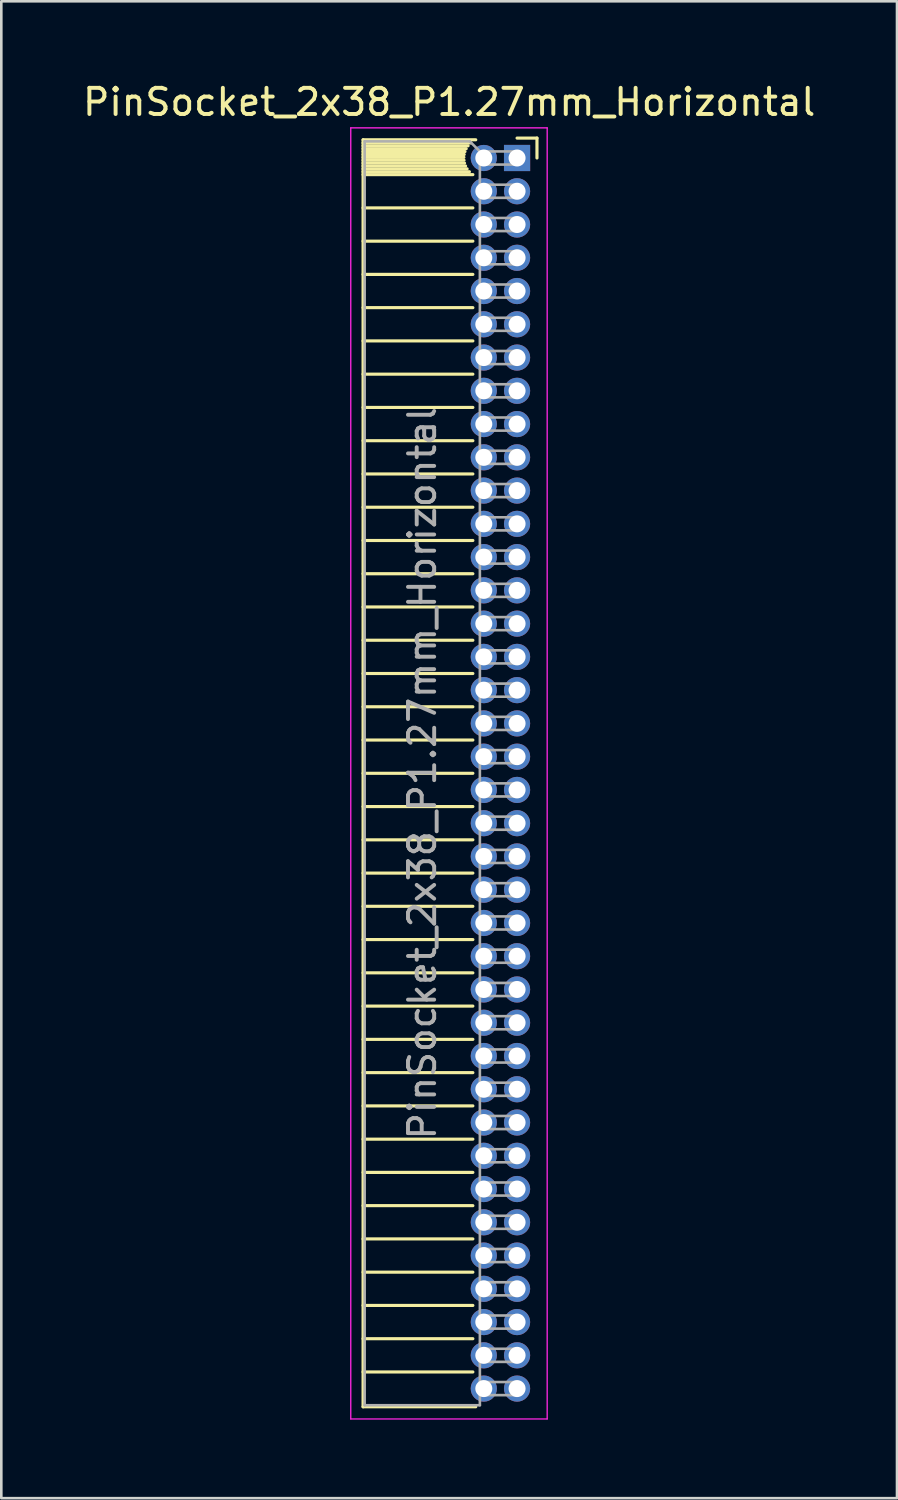
<source format=kicad_pcb>
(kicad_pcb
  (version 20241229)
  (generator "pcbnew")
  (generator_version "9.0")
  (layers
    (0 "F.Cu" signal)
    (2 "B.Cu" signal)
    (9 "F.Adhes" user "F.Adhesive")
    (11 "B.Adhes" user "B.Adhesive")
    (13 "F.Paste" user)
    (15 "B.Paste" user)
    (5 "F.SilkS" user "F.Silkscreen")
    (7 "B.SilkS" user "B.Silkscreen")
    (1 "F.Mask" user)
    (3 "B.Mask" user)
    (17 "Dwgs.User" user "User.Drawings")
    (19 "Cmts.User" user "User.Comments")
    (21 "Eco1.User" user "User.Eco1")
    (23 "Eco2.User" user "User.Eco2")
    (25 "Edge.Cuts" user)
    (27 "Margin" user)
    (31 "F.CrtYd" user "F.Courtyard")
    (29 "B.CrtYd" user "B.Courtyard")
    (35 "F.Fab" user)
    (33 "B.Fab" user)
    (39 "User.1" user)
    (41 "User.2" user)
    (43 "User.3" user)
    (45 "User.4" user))
  (footprint "PinSocket_2x38_P1.27mm_Horizontal"
    (layer "F.Cu")
    (at 16.694 2.983)
    (property "Reference" "PinSocket_2x38_P1.27mm_Horizontal" (at -2.592 -2.135 0) (layer "F.SilkS") (effects (font (size 1 1) (thickness 0.15))))
    (attr through_hole)
    (fp_line (start -5.88 -0.695) (end -5.88 47.685) (stroke (width 0.12) (type solid)) (layer "F.SilkS"))
    (fp_line (start -5.88 -0.695) (end -1.578 -0.695) (stroke (width 0.12) (type solid)) (layer "F.SilkS"))
    (fp_line (start -5.88 -0.575) (end -1.767 -0.575) (stroke (width 0.12) (type solid)) (layer "F.SilkS"))
    (fp_line (start -5.88 -0.465) (end -1.871 -0.465) (stroke (width 0.12) (type solid)) (layer "F.SilkS"))
    (fp_line (start -5.88 -0.355) (end -1.942 -0.355) (stroke (width 0.12) (type solid)) (layer "F.SilkS"))
    (fp_line (start -5.88 -0.245) (end -1.989 -0.245) (stroke (width 0.12) (type solid)) (layer "F.SilkS"))
    (fp_line (start -5.88 -0.135) (end -2.018 -0.135) (stroke (width 0.12) (type solid)) (layer "F.SilkS"))
    (fp_line (start -5.88 -0.025) (end -2.03 -0.025) (stroke (width 0.12) (type solid)) (layer "F.SilkS"))
    (fp_line (start -5.88 0.085) (end -2.025 0.085) (stroke (width 0.12) (type solid)) (layer "F.SilkS"))
    (fp_line (start -5.88 0.195) (end -2.005 0.195) (stroke (width 0.12) (type solid)) (layer "F.SilkS"))
    (fp_line (start -5.88 0.305) (end -1.966 0.305) (stroke (width 0.12) (type solid)) (layer "F.SilkS"))
    (fp_line (start -5.88 0.415) (end -1.907 0.415) (stroke (width 0.12) (type solid)) (layer "F.SilkS"))
    (fp_line (start -5.88 0.525) (end -1.82 0.525) (stroke (width 0.12) (type solid)) (layer "F.SilkS"))
    (fp_line (start -5.88 0.635) (end -1.688 0.635) (stroke (width 0.12) (type solid)) (layer "F.SilkS"))
    (fp_line (start -5.88 1.905) (end -1.688 1.905) (stroke (width 0.12) (type solid)) (layer "F.SilkS"))
    (fp_line (start -5.88 3.175) (end -1.688 3.175) (stroke (width 0.12) (type solid)) (layer "F.SilkS"))
    (fp_line (start -5.88 4.445) (end -1.688 4.445) (stroke (width 0.12) (type solid)) (layer "F.SilkS"))
    (fp_line (start -5.88 5.715) (end -1.688 5.715) (stroke (width 0.12) (type solid)) (layer "F.SilkS"))
    (fp_line (start -5.88 6.985) (end -1.688 6.985) (stroke (width 0.12) (type solid)) (layer "F.SilkS"))
    (fp_line (start -5.88 8.255) (end -1.688 8.255) (stroke (width 0.12) (type solid)) (layer "F.SilkS"))
    (fp_line (start -5.88 9.525) (end -1.688 9.525) (stroke (width 0.12) (type solid)) (layer "F.SilkS"))
    (fp_line (start -5.88 10.795) (end -1.688 10.795) (stroke (width 0.12) (type solid)) (layer "F.SilkS"))
    (fp_line (start -5.88 12.065) (end -1.688 12.065) (stroke (width 0.12) (type solid)) (layer "F.SilkS"))
    (fp_line (start -5.88 13.335) (end -1.688 13.335) (stroke (width 0.12) (type solid)) (layer "F.SilkS"))
    (fp_line (start -5.88 14.605) (end -1.688 14.605) (stroke (width 0.12) (type solid)) (layer "F.SilkS"))
    (fp_line (start -5.88 15.875) (end -1.688 15.875) (stroke (width 0.12) (type solid)) (layer "F.SilkS"))
    (fp_line (start -5.88 17.145) (end -1.688 17.145) (stroke (width 0.12) (type solid)) (layer "F.SilkS"))
    (fp_line (start -5.88 18.415) (end -1.688 18.415) (stroke (width 0.12) (type solid)) (layer "F.SilkS"))
    (fp_line (start -5.88 19.685) (end -1.688 19.685) (stroke (width 0.12) (type solid)) (layer "F.SilkS"))
    (fp_line (start -5.88 20.955) (end -1.688 20.955) (stroke (width 0.12) (type solid)) (layer "F.SilkS"))
    (fp_line (start -5.88 22.225) (end -1.688 22.225) (stroke (width 0.12) (type solid)) (layer "F.SilkS"))
    (fp_line (start -5.88 23.495) (end -1.688 23.495) (stroke (width 0.12) (type solid)) (layer "F.SilkS"))
    (fp_line (start -5.88 24.765) (end -1.688 24.765) (stroke (width 0.12) (type solid)) (layer "F.SilkS"))
    (fp_line (start -5.88 26.035) (end -1.688 26.035) (stroke (width 0.12) (type solid)) (layer "F.SilkS"))
    (fp_line (start -5.88 27.305) (end -1.688 27.305) (stroke (width 0.12) (type solid)) (layer "F.SilkS"))
    (fp_line (start -5.88 28.575) (end -1.688 28.575) (stroke (width 0.12) (type solid)) (layer "F.SilkS"))
    (fp_line (start -5.88 29.845) (end -1.688 29.845) (stroke (width 0.12) (type solid)) (layer "F.SilkS"))
    (fp_line (start -5.88 31.115) (end -1.688 31.115) (stroke (width 0.12) (type solid)) (layer "F.SilkS"))
    (fp_line (start -5.88 32.385) (end -1.688 32.385) (stroke (width 0.12) (type solid)) (layer "F.SilkS"))
    (fp_line (start -5.88 33.655) (end -1.688 33.655) (stroke (width 0.12) (type solid)) (layer "F.SilkS"))
    (fp_line (start -5.88 34.925) (end -1.688 34.925) (stroke (width 0.12) (type solid)) (layer "F.SilkS"))
    (fp_line (start -5.88 36.195) (end -1.688 36.195) (stroke (width 0.12) (type solid)) (layer "F.SilkS"))
    (fp_line (start -5.88 37.465) (end -1.688 37.465) (stroke (width 0.12) (type solid)) (layer "F.SilkS"))
    (fp_line (start -5.88 38.735) (end -1.688 38.735) (stroke (width 0.12) (type solid)) (layer "F.SilkS"))
    (fp_line (start -5.88 40.005) (end -1.688 40.005) (stroke (width 0.12) (type solid)) (layer "F.SilkS"))
    (fp_line (start -5.88 41.275) (end -1.688 41.275) (stroke (width 0.12) (type solid)) (layer "F.SilkS"))
    (fp_line (start -5.88 42.545) (end -1.688 42.545) (stroke (width 0.12) (type solid)) (layer "F.SilkS"))
    (fp_line (start -5.88 43.815) (end -1.688 43.815) (stroke (width 0.12) (type solid)) (layer "F.SilkS"))
    (fp_line (start -5.88 45.085) (end -1.688 45.085) (stroke (width 0.12) (type solid)) (layer "F.SilkS"))
    (fp_line (start -5.88 46.355) (end -1.688 46.355) (stroke (width 0.12) (type solid)) (layer "F.SilkS"))
    (fp_line (start -5.88 47.685) (end -1.578 47.685) (stroke (width 0.12) (type solid)) (layer "F.SilkS"))
    (fp_line (start 0 -0.76) (end 0.76 -0.76) (stroke (width 0.12) (type solid)) (layer "F.SilkS"))
    (fp_line (start 0.76 -0.76) (end 0.76 0) (stroke (width 0.12) (type solid)) (layer "F.SilkS"))
    (fp_line (start -6.35 -1.15) (end -6.35 48.15) (stroke (width 0.05) (type solid)) (layer "F.CrtYd"))
    (fp_line (start -6.35 48.15) (end 1.15 48.15) (stroke (width 0.05) (type solid)) (layer "F.CrtYd"))
    (fp_line (start 1.15 -1.15) (end -6.35 -1.15) (stroke (width 0.05) (type solid)) (layer "F.CrtYd"))
    (fp_line (start 1.15 48.15) (end 1.15 -1.15) (stroke (width 0.05) (type solid)) (layer "F.CrtYd"))
    (fp_line (start -5.82 -0.635) (end -1.805 -0.635) (stroke (width 0.1) (type solid)) (layer "F.Fab"))
    (fp_line (start -5.82 47.625) (end -5.82 -0.635) (stroke (width 0.1) (type solid)) (layer "F.Fab"))
    (fp_line (start -1.805 -0.635) (end -1.42 -0.25) (stroke (width 0.1) (type solid)) (layer "F.Fab"))
    (fp_line (start -1.42 -0.25) (end -1.42 47.625) (stroke (width 0.1) (type solid)) (layer "F.Fab"))
    (fp_line (start -1.42 0.25) (end 0 0.25) (stroke (width 0.1) (type solid)) (layer "F.Fab"))
    (fp_line (start -1.42 1.52) (end 0 1.52) (stroke (width 0.1) (type solid)) (layer "F.Fab"))
    (fp_line (start -1.42 2.79) (end 0 2.79) (stroke (width 0.1) (type solid)) (layer "F.Fab"))
    (fp_line (start -1.42 4.06) (end 0 4.06) (stroke (width 0.1) (type solid)) (layer "F.Fab"))
    (fp_line (start -1.42 5.33) (end 0 5.33) (stroke (width 0.1) (type solid)) (layer "F.Fab"))
    (fp_line (start -1.42 6.6) (end 0 6.6) (stroke (width 0.1) (type solid)) (layer "F.Fab"))
    (fp_line (start -1.42 7.87) (end 0 7.87) (stroke (width 0.1) (type solid)) (layer "F.Fab"))
    (fp_line (start -1.42 9.14) (end 0 9.14) (stroke (width 0.1) (type solid)) (layer "F.Fab"))
    (fp_line (start -1.42 10.41) (end 0 10.41) (stroke (width 0.1) (type solid)) (layer "F.Fab"))
    (fp_line (start -1.42 11.68) (end 0 11.68) (stroke (width 0.1) (type solid)) (layer "F.Fab"))
    (fp_line (start -1.42 12.95) (end 0 12.95) (stroke (width 0.1) (type solid)) (layer "F.Fab"))
    (fp_line (start -1.42 14.22) (end 0 14.22) (stroke (width 0.1) (type solid)) (layer "F.Fab"))
    (fp_line (start -1.42 15.49) (end 0 15.49) (stroke (width 0.1) (type solid)) (layer "F.Fab"))
    (fp_line (start -1.42 16.76) (end 0 16.76) (stroke (width 0.1) (type solid)) (layer "F.Fab"))
    (fp_line (start -1.42 18.03) (end 0 18.03) (stroke (width 0.1) (type solid)) (layer "F.Fab"))
    (fp_line (start -1.42 19.3) (end 0 19.3) (stroke (width 0.1) (type solid)) (layer "F.Fab"))
    (fp_line (start -1.42 20.57) (end 0 20.57) (stroke (width 0.1) (type solid)) (layer "F.Fab"))
    (fp_line (start -1.42 21.84) (end 0 21.84) (stroke (width 0.1) (type solid)) (layer "F.Fab"))
    (fp_line (start -1.42 23.11) (end 0 23.11) (stroke (width 0.1) (type solid)) (layer "F.Fab"))
    (fp_line (start -1.42 24.38) (end 0 24.38) (stroke (width 0.1) (type solid)) (layer "F.Fab"))
    (fp_line (start -1.42 25.65) (end 0 25.65) (stroke (width 0.1) (type solid)) (layer "F.Fab"))
    (fp_line (start -1.42 26.92) (end 0 26.92) (stroke (width 0.1) (type solid)) (layer "F.Fab"))
    (fp_line (start -1.42 28.19) (end 0 28.19) (stroke (width 0.1) (type solid)) (layer "F.Fab"))
    (fp_line (start -1.42 29.46) (end 0 29.46) (stroke (width 0.1) (type solid)) (layer "F.Fab"))
    (fp_line (start -1.42 30.73) (end 0 30.73) (stroke (width 0.1) (type solid)) (layer "F.Fab"))
    (fp_line (start -1.42 32) (end 0 32) (stroke (width 0.1) (type solid)) (layer "F.Fab"))
    (fp_line (start -1.42 33.27) (end 0 33.27) (stroke (width 0.1) (type solid)) (layer "F.Fab"))
    (fp_line (start -1.42 34.54) (end 0 34.54) (stroke (width 0.1) (type solid)) (layer "F.Fab"))
    (fp_line (start -1.42 35.81) (end 0 35.81) (stroke (width 0.1) (type solid)) (layer "F.Fab"))
    (fp_line (start -1.42 37.08) (end 0 37.08) (stroke (width 0.1) (type solid)) (layer "F.Fab"))
    (fp_line (start -1.42 38.35) (end 0 38.35) (stroke (width 0.1) (type solid)) (layer "F.Fab"))
    (fp_line (start -1.42 39.62) (end 0 39.62) (stroke (width 0.1) (type solid)) (layer "F.Fab"))
    (fp_line (start -1.42 40.89) (end 0 40.89) (stroke (width 0.1) (type solid)) (layer "F.Fab"))
    (fp_line (start -1.42 42.16) (end 0 42.16) (stroke (width 0.1) (type solid)) (layer "F.Fab"))
    (fp_line (start -1.42 43.43) (end 0 43.43) (stroke (width 0.1) (type solid)) (layer "F.Fab"))
    (fp_line (start -1.42 44.7) (end 0 44.7) (stroke (width 0.1) (type solid)) (layer "F.Fab"))
    (fp_line (start -1.42 45.97) (end 0 45.97) (stroke (width 0.1) (type solid)) (layer "F.Fab"))
    (fp_line (start -1.42 47.24) (end 0 47.24) (stroke (width 0.1) (type solid)) (layer "F.Fab"))
    (fp_line (start -1.42 47.625) (end -5.82 47.625) (stroke (width 0.1) (type solid)) (layer "F.Fab"))
    (fp_line (start 0 -0.25) (end -1.42 -0.25) (stroke (width 0.1) (type solid)) (layer "F.Fab"))
    (fp_line (start 0 0.25) (end 0 -0.25) (stroke (width 0.1) (type solid)) (layer "F.Fab"))
    (fp_line (start 0 1.02) (end -1.42 1.02) (stroke (width 0.1) (type solid)) (layer "F.Fab"))
    (fp_line (start 0 1.52) (end 0 1.02) (stroke (width 0.1) (type solid)) (layer "F.Fab"))
    (fp_line (start 0 2.29) (end -1.42 2.29) (stroke (width 0.1) (type solid)) (layer "F.Fab"))
    (fp_line (start 0 2.79) (end 0 2.29) (stroke (width 0.1) (type solid)) (layer "F.Fab"))
    (fp_line (start 0 3.56) (end -1.42 3.56) (stroke (width 0.1) (type solid)) (layer "F.Fab"))
    (fp_line (start 0 4.06) (end 0 3.56) (stroke (width 0.1) (type solid)) (layer "F.Fab"))
    (fp_line (start 0 4.83) (end -1.42 4.83) (stroke (width 0.1) (type solid)) (layer "F.Fab"))
    (fp_line (start 0 5.33) (end 0 4.83) (stroke (width 0.1) (type solid)) (layer "F.Fab"))
    (fp_line (start 0 6.1) (end -1.42 6.1) (stroke (width 0.1) (type solid)) (layer "F.Fab"))
    (fp_line (start 0 6.6) (end 0 6.1) (stroke (width 0.1) (type solid)) (layer "F.Fab"))
    (fp_line (start 0 7.37) (end -1.42 7.37) (stroke (width 0.1) (type solid)) (layer "F.Fab"))
    (fp_line (start 0 7.87) (end 0 7.37) (stroke (width 0.1) (type solid)) (layer "F.Fab"))
    (fp_line (start 0 8.64) (end -1.42 8.64) (stroke (width 0.1) (type solid)) (layer "F.Fab"))
    (fp_line (start 0 9.14) (end 0 8.64) (stroke (width 0.1) (type solid)) (layer "F.Fab"))
    (fp_line (start 0 9.91) (end -1.42 9.91) (stroke (width 0.1) (type solid)) (layer "F.Fab"))
    (fp_line (start 0 10.41) (end 0 9.91) (stroke (width 0.1) (type solid)) (layer "F.Fab"))
    (fp_line (start 0 11.18) (end -1.42 11.18) (stroke (width 0.1) (type solid)) (layer "F.Fab"))
    (fp_line (start 0 11.68) (end 0 11.18) (stroke (width 0.1) (type solid)) (layer "F.Fab"))
    (fp_line (start 0 12.45) (end -1.42 12.45) (stroke (width 0.1) (type solid)) (layer "F.Fab"))
    (fp_line (start 0 12.95) (end 0 12.45) (stroke (width 0.1) (type solid)) (layer "F.Fab"))
    (fp_line (start 0 13.72) (end -1.42 13.72) (stroke (width 0.1) (type solid)) (layer "F.Fab"))
    (fp_line (start 0 14.22) (end 0 13.72) (stroke (width 0.1) (type solid)) (layer "F.Fab"))
    (fp_line (start 0 14.99) (end -1.42 14.99) (stroke (width 0.1) (type solid)) (layer "F.Fab"))
    (fp_line (start 0 15.49) (end 0 14.99) (stroke (width 0.1) (type solid)) (layer "F.Fab"))
    (fp_line (start 0 16.26) (end -1.42 16.26) (stroke (width 0.1) (type solid)) (layer "F.Fab"))
    (fp_line (start 0 16.76) (end 0 16.26) (stroke (width 0.1) (type solid)) (layer "F.Fab"))
    (fp_line (start 0 17.53) (end -1.42 17.53) (stroke (width 0.1) (type solid)) (layer "F.Fab"))
    (fp_line (start 0 18.03) (end 0 17.53) (stroke (width 0.1) (type solid)) (layer "F.Fab"))
    (fp_line (start 0 18.8) (end -1.42 18.8) (stroke (width 0.1) (type solid)) (layer "F.Fab"))
    (fp_line (start 0 19.3) (end 0 18.8) (stroke (width 0.1) (type solid)) (layer "F.Fab"))
    (fp_line (start 0 20.07) (end -1.42 20.07) (stroke (width 0.1) (type solid)) (layer "F.Fab"))
    (fp_line (start 0 20.57) (end 0 20.07) (stroke (width 0.1) (type solid)) (layer "F.Fab"))
    (fp_line (start 0 21.34) (end -1.42 21.34) (stroke (width 0.1) (type solid)) (layer "F.Fab"))
    (fp_line (start 0 21.84) (end 0 21.34) (stroke (width 0.1) (type solid)) (layer "F.Fab"))
    (fp_line (start 0 22.61) (end -1.42 22.61) (stroke (width 0.1) (type solid)) (layer "F.Fab"))
    (fp_line (start 0 23.11) (end 0 22.61) (stroke (width 0.1) (type solid)) (layer "F.Fab"))
    (fp_line (start 0 23.88) (end -1.42 23.88) (stroke (width 0.1) (type solid)) (layer "F.Fab"))
    (fp_line (start 0 24.38) (end 0 23.88) (stroke (width 0.1) (type solid)) (layer "F.Fab"))
    (fp_line (start 0 25.15) (end -1.42 25.15) (stroke (width 0.1) (type solid)) (layer "F.Fab"))
    (fp_line (start 0 25.65) (end 0 25.15) (stroke (width 0.1) (type solid)) (layer "F.Fab"))
    (fp_line (start 0 26.42) (end -1.42 26.42) (stroke (width 0.1) (type solid)) (layer "F.Fab"))
    (fp_line (start 0 26.92) (end 0 26.42) (stroke (width 0.1) (type solid)) (layer "F.Fab"))
    (fp_line (start 0 27.69) (end -1.42 27.69) (stroke (width 0.1) (type solid)) (layer "F.Fab"))
    (fp_line (start 0 28.19) (end 0 27.69) (stroke (width 0.1) (type solid)) (layer "F.Fab"))
    (fp_line (start 0 28.96) (end -1.42 28.96) (stroke (width 0.1) (type solid)) (layer "F.Fab"))
    (fp_line (start 0 29.46) (end 0 28.96) (stroke (width 0.1) (type solid)) (layer "F.Fab"))
    (fp_line (start 0 30.23) (end -1.42 30.23) (stroke (width 0.1) (type solid)) (layer "F.Fab"))
    (fp_line (start 0 30.73) (end 0 30.23) (stroke (width 0.1) (type solid)) (layer "F.Fab"))
    (fp_line (start 0 31.5) (end -1.42 31.5) (stroke (width 0.1) (type solid)) (layer "F.Fab"))
    (fp_line (start 0 32) (end 0 31.5) (stroke (width 0.1) (type solid)) (layer "F.Fab"))
    (fp_line (start 0 32.77) (end -1.42 32.77) (stroke (width 0.1) (type solid)) (layer "F.Fab"))
    (fp_line (start 0 33.27) (end 0 32.77) (stroke (width 0.1) (type solid)) (layer "F.Fab"))
    (fp_line (start 0 34.04) (end -1.42 34.04) (stroke (width 0.1) (type solid)) (layer "F.Fab"))
    (fp_line (start 0 34.54) (end 0 34.04) (stroke (width 0.1) (type solid)) (layer "F.Fab"))
    (fp_line (start 0 35.31) (end -1.42 35.31) (stroke (width 0.1) (type solid)) (layer "F.Fab"))
    (fp_line (start 0 35.81) (end 0 35.31) (stroke (width 0.1) (type solid)) (layer "F.Fab"))
    (fp_line (start 0 36.58) (end -1.42 36.58) (stroke (width 0.1) (type solid)) (layer "F.Fab"))
    (fp_line (start 0 37.08) (end 0 36.58) (stroke (width 0.1) (type solid)) (layer "F.Fab"))
    (fp_line (start 0 37.85) (end -1.42 37.85) (stroke (width 0.1) (type solid)) (layer "F.Fab"))
    (fp_line (start 0 38.35) (end 0 37.85) (stroke (width 0.1) (type solid)) (layer "F.Fab"))
    (fp_line (start 0 39.12) (end -1.42 39.12) (stroke (width 0.1) (type solid)) (layer "F.Fab"))
    (fp_line (start 0 39.62) (end 0 39.12) (stroke (width 0.1) (type solid)) (layer "F.Fab"))
    (fp_line (start 0 40.39) (end -1.42 40.39) (stroke (width 0.1) (type solid)) (layer "F.Fab"))
    (fp_line (start 0 40.89) (end 0 40.39) (stroke (width 0.1) (type solid)) (layer "F.Fab"))
    (fp_line (start 0 41.66) (end -1.42 41.66) (stroke (width 0.1) (type solid)) (layer "F.Fab"))
    (fp_line (start 0 42.16) (end 0 41.66) (stroke (width 0.1) (type solid)) (layer "F.Fab"))
    (fp_line (start 0 42.93) (end -1.42 42.93) (stroke (width 0.1) (type solid)) (layer "F.Fab"))
    (fp_line (start 0 43.43) (end 0 42.93) (stroke (width 0.1) (type solid)) (layer "F.Fab"))
    (fp_line (start 0 44.2) (end -1.42 44.2) (stroke (width 0.1) (type solid)) (layer "F.Fab"))
    (fp_line (start 0 44.7) (end 0 44.2) (stroke (width 0.1) (type solid)) (layer "F.Fab"))
    (fp_line (start 0 45.47) (end -1.42 45.47) (stroke (width 0.1) (type solid)) (layer "F.Fab"))
    (fp_line (start 0 45.97) (end 0 45.47) (stroke (width 0.1) (type solid)) (layer "F.Fab"))
    (fp_line (start 0 46.74) (end -1.42 46.74) (stroke (width 0.1) (type solid)) (layer "F.Fab"))
    (fp_line (start 0 47.24) (end 0 46.74) (stroke (width 0.1) (type solid)) (layer "F.Fab"))
    (fp_text user "${REFERENCE}" (at -3.62 23.495 90) (layer "F.Fab") (effects (font (size 1 1) (thickness 0.15))))
    (pad "1" thru_hole rect (at 0 0) (size 1 1) (drill 0.65) (layers "*.Cu" "*.Mask"))
    (pad "2" thru_hole circle (at -1.27 0) (size 1 1) (drill 0.65) (layers "*.Cu" "*.Mask"))
    (pad "3" thru_hole circle (at 0 1.27) (size 1 1) (drill 0.65) (layers "*.Cu" "*.Mask"))
    (pad "4" thru_hole circle (at -1.27 1.27) (size 1 1) (drill 0.65) (layers "*.Cu" "*.Mask"))
    (pad "5" thru_hole circle (at 0 2.54) (size 1 1) (drill 0.65) (layers "*.Cu" "*.Mask"))
    (pad "6" thru_hole circle (at -1.27 2.54) (size 1 1) (drill 0.65) (layers "*.Cu" "*.Mask"))
    (pad "7" thru_hole circle (at 0 3.81) (size 1 1) (drill 0.65) (layers "*.Cu" "*.Mask"))
    (pad "8" thru_hole circle (at -1.27 3.81) (size 1 1) (drill 0.65) (layers "*.Cu" "*.Mask"))
    (pad "9" thru_hole circle (at 0 5.08) (size 1 1) (drill 0.65) (layers "*.Cu" "*.Mask"))
    (pad "10" thru_hole circle (at -1.27 5.08) (size 1 1) (drill 0.65) (layers "*.Cu" "*.Mask"))
    (pad "11" thru_hole circle (at 0 6.35) (size 1 1) (drill 0.65) (layers "*.Cu" "*.Mask"))
    (pad "12" thru_hole circle (at -1.27 6.35) (size 1 1) (drill 0.65) (layers "*.Cu" "*.Mask"))
    (pad "13" thru_hole circle (at 0 7.62) (size 1 1) (drill 0.65) (layers "*.Cu" "*.Mask"))
    (pad "14" thru_hole circle (at -1.27 7.62) (size 1 1) (drill 0.65) (layers "*.Cu" "*.Mask"))
    (pad "15" thru_hole circle (at 0 8.89) (size 1 1) (drill 0.65) (layers "*.Cu" "*.Mask"))
    (pad "16" thru_hole circle (at -1.27 8.89) (size 1 1) (drill 0.65) (layers "*.Cu" "*.Mask"))
    (pad "17" thru_hole circle (at 0 10.16) (size 1 1) (drill 0.65) (layers "*.Cu" "*.Mask"))
    (pad "18" thru_hole circle (at -1.27 10.16) (size 1 1) (drill 0.65) (layers "*.Cu" "*.Mask"))
    (pad "19" thru_hole circle (at 0 11.43) (size 1 1) (drill 0.65) (layers "*.Cu" "*.Mask"))
    (pad "20" thru_hole circle (at -1.27 11.43) (size 1 1) (drill 0.65) (layers "*.Cu" "*.Mask"))
    (pad "21" thru_hole circle (at 0 12.7) (size 1 1) (drill 0.65) (layers "*.Cu" "*.Mask"))
    (pad "22" thru_hole circle (at -1.27 12.7) (size 1 1) (drill 0.65) (layers "*.Cu" "*.Mask"))
    (pad "23" thru_hole circle (at 0 13.97) (size 1 1) (drill 0.65) (layers "*.Cu" "*.Mask"))
    (pad "24" thru_hole circle (at -1.27 13.97) (size 1 1) (drill 0.65) (layers "*.Cu" "*.Mask"))
    (pad "25" thru_hole circle (at 0 15.24) (size 1 1) (drill 0.65) (layers "*.Cu" "*.Mask"))
    (pad "26" thru_hole circle (at -1.27 15.24) (size 1 1) (drill 0.65) (layers "*.Cu" "*.Mask"))
    (pad "27" thru_hole circle (at 0 16.51) (size 1 1) (drill 0.65) (layers "*.Cu" "*.Mask"))
    (pad "28" thru_hole circle (at -1.27 16.51) (size 1 1) (drill 0.65) (layers "*.Cu" "*.Mask"))
    (pad "29" thru_hole circle (at 0 17.78) (size 1 1) (drill 0.65) (layers "*.Cu" "*.Mask"))
    (pad "30" thru_hole circle (at -1.27 17.78) (size 1 1) (drill 0.65) (layers "*.Cu" "*.Mask"))
    (pad "31" thru_hole circle (at 0 19.05) (size 1 1) (drill 0.65) (layers "*.Cu" "*.Mask"))
    (pad "32" thru_hole circle (at -1.27 19.05) (size 1 1) (drill 0.65) (layers "*.Cu" "*.Mask"))
    (pad "33" thru_hole circle (at 0 20.32) (size 1 1) (drill 0.65) (layers "*.Cu" "*.Mask"))
    (pad "34" thru_hole circle (at -1.27 20.32) (size 1 1) (drill 0.65) (layers "*.Cu" "*.Mask"))
    (pad "35" thru_hole circle (at 0 21.59) (size 1 1) (drill 0.65) (layers "*.Cu" "*.Mask"))
    (pad "36" thru_hole circle (at -1.27 21.59) (size 1 1) (drill 0.65) (layers "*.Cu" "*.Mask"))
    (pad "37" thru_hole circle (at 0 22.86) (size 1 1) (drill 0.65) (layers "*.Cu" "*.Mask"))
    (pad "38" thru_hole circle (at -1.27 22.86) (size 1 1) (drill 0.65) (layers "*.Cu" "*.Mask"))
    (pad "39" thru_hole circle (at 0 24.13) (size 1 1) (drill 0.65) (layers "*.Cu" "*.Mask"))
    (pad "40" thru_hole circle (at -1.27 24.13) (size 1 1) (drill 0.65) (layers "*.Cu" "*.Mask"))
    (pad "41" thru_hole circle (at 0 25.4) (size 1 1) (drill 0.65) (layers "*.Cu" "*.Mask"))
    (pad "42" thru_hole circle (at -1.27 25.4) (size 1 1) (drill 0.65) (layers "*.Cu" "*.Mask"))
    (pad "43" thru_hole circle (at 0 26.67) (size 1 1) (drill 0.65) (layers "*.Cu" "*.Mask"))
    (pad "44" thru_hole circle (at -1.27 26.67) (size 1 1) (drill 0.65) (layers "*.Cu" "*.Mask"))
    (pad "45" thru_hole circle (at 0 27.94) (size 1 1) (drill 0.65) (layers "*.Cu" "*.Mask"))
    (pad "46" thru_hole circle (at -1.27 27.94) (size 1 1) (drill 0.65) (layers "*.Cu" "*.Mask"))
    (pad "47" thru_hole circle (at 0 29.21) (size 1 1) (drill 0.65) (layers "*.Cu" "*.Mask"))
    (pad "48" thru_hole circle (at -1.27 29.21) (size 1 1) (drill 0.65) (layers "*.Cu" "*.Mask"))
    (pad "49" thru_hole circle (at 0 30.48) (size 1 1) (drill 0.65) (layers "*.Cu" "*.Mask"))
    (pad "50" thru_hole circle (at -1.27 30.48) (size 1 1) (drill 0.65) (layers "*.Cu" "*.Mask"))
    (pad "51" thru_hole circle (at 0 31.75) (size 1 1) (drill 0.65) (layers "*.Cu" "*.Mask"))
    (pad "52" thru_hole circle (at -1.27 31.75) (size 1 1) (drill 0.65) (layers "*.Cu" "*.Mask"))
    (pad "53" thru_hole circle (at 0 33.02) (size 1 1) (drill 0.65) (layers "*.Cu" "*.Mask"))
    (pad "54" thru_hole circle (at -1.27 33.02) (size 1 1) (drill 0.65) (layers "*.Cu" "*.Mask"))
    (pad "55" thru_hole circle (at 0 34.29) (size 1 1) (drill 0.65) (layers "*.Cu" "*.Mask"))
    (pad "56" thru_hole circle (at -1.27 34.29) (size 1 1) (drill 0.65) (layers "*.Cu" "*.Mask"))
    (pad "57" thru_hole circle (at 0 35.56) (size 1 1) (drill 0.65) (layers "*.Cu" "*.Mask"))
    (pad "58" thru_hole circle (at -1.27 35.56) (size 1 1) (drill 0.65) (layers "*.Cu" "*.Mask"))
    (pad "59" thru_hole circle (at 0 36.83) (size 1 1) (drill 0.65) (layers "*.Cu" "*.Mask"))
    (pad "60" thru_hole circle (at -1.27 36.83) (size 1 1) (drill 0.65) (layers "*.Cu" "*.Mask"))
    (pad "61" thru_hole circle (at 0 38.1) (size 1 1) (drill 0.65) (layers "*.Cu" "*.Mask"))
    (pad "62" thru_hole circle (at -1.27 38.1) (size 1 1) (drill 0.65) (layers "*.Cu" "*.Mask"))
    (pad "63" thru_hole circle (at 0 39.37) (size 1 1) (drill 0.65) (layers "*.Cu" "*.Mask"))
    (pad "64" thru_hole circle (at -1.27 39.37) (size 1 1) (drill 0.65) (layers "*.Cu" "*.Mask"))
    (pad "65" thru_hole circle (at 0 40.64) (size 1 1) (drill 0.65) (layers "*.Cu" "*.Mask"))
    (pad "66" thru_hole circle (at -1.27 40.64) (size 1 1) (drill 0.65) (layers "*.Cu" "*.Mask"))
    (pad "67" thru_hole circle (at 0 41.91) (size 1 1) (drill 0.65) (layers "*.Cu" "*.Mask"))
    (pad "68" thru_hole circle (at -1.27 41.91) (size 1 1) (drill 0.65) (layers "*.Cu" "*.Mask"))
    (pad "69" thru_hole circle (at 0 43.18) (size 1 1) (drill 0.65) (layers "*.Cu" "*.Mask"))
    (pad "70" thru_hole circle (at -1.27 43.18) (size 1 1) (drill 0.65) (layers "*.Cu" "*.Mask"))
    (pad "71" thru_hole circle (at 0 44.45) (size 1 1) (drill 0.65) (layers "*.Cu" "*.Mask"))
    (pad "72" thru_hole circle (at -1.27 44.45) (size 1 1) (drill 0.65) (layers "*.Cu" "*.Mask"))
    (pad "73" thru_hole circle (at 0 45.72) (size 1 1) (drill 0.65) (layers "*.Cu" "*.Mask"))
    (pad "74" thru_hole circle (at -1.27 45.72) (size 1 1) (drill 0.65) (layers "*.Cu" "*.Mask"))
    (pad "75" thru_hole circle (at 0 46.99) (size 1 1) (drill 0.65) (layers "*.Cu" "*.Mask"))
    (pad "76" thru_hole circle (at -1.27 46.99) (size 1 1) (drill 0.65) (layers "*.Cu" "*.Mask")))
  (gr_rect
    (start -3 -3)
    (end 31.202 54.158)
    (stroke (width 0.1) (type default))
    (fill no)
    (layer "Edge.Cuts")))
</source>
